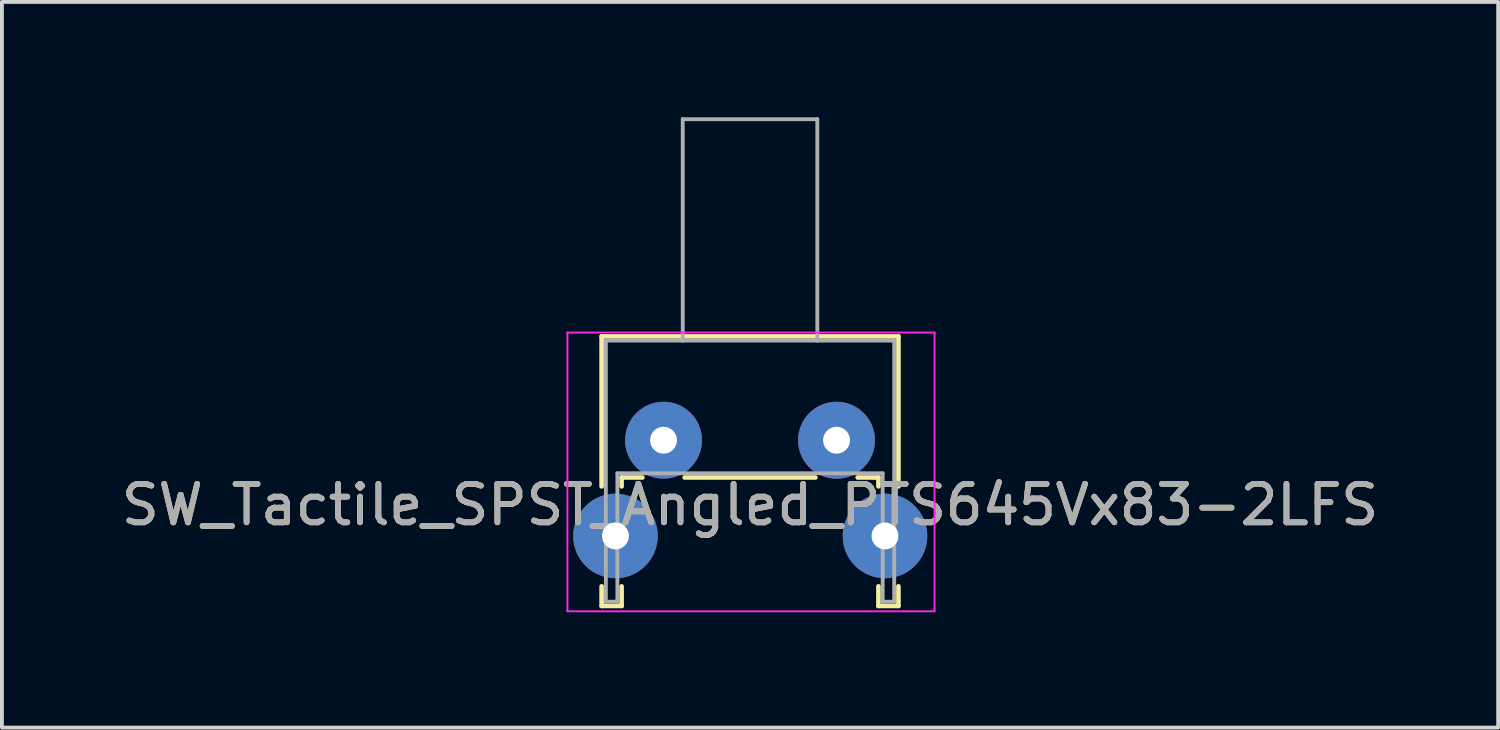
<source format=kicad_pcb>
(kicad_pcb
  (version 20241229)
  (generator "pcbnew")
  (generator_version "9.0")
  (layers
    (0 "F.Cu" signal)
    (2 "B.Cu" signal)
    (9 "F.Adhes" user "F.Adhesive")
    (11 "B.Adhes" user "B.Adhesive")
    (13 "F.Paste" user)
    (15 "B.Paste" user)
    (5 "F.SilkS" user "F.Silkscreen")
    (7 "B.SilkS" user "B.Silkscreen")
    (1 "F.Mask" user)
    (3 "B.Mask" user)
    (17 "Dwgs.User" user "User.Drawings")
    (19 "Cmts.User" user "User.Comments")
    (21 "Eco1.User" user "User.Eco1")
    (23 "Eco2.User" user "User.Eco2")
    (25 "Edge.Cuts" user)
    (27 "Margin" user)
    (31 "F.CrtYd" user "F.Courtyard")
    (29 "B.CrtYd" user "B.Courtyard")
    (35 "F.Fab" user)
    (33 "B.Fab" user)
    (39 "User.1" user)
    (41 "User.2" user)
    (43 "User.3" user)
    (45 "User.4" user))
  (footprint "SW_Tactile_SPST_Angled_PTS645Vx83-2LFS"
    (layer "F.Cu")
    (at 14.208 8.4)
    (property "Reference" "SW_Tactile_SPST_Angled_PTS645Vx83-2LFS" (at 2.25 1.68 0) (layer "F.SilkS") (effects (font (size 1 1) (thickness 0.15))))
    (attr through_hole)
    (fp_line (start -1.61 -2.7) (end -1.61 1.2) (stroke (width 0.12) (type solid)) (layer "F.SilkS"))
    (fp_line (start -1.61 -2.7) (end 6.11 -2.7) (stroke (width 0.12) (type solid)) (layer "F.SilkS"))
    (fp_line (start -1.61 3.8) (end -1.61 4.31) (stroke (width 0.12) (type solid)) (layer "F.SilkS"))
    (fp_line (start -1.61 4.31) (end -1.09 4.31) (stroke (width 0.12) (type solid)) (layer "F.SilkS"))
    (fp_line (start -1.09 0.97) (end -1.09 1.2) (stroke (width 0.12) (type solid)) (layer "F.SilkS"))
    (fp_line (start -1.09 0.97) (end -0.55 0.97) (stroke (width 0.12) (type solid)) (layer "F.SilkS"))
    (fp_line (start -1.09 3.8) (end -1.09 4.31) (stroke (width 0.12) (type solid)) (layer "F.SilkS"))
    (fp_line (start 0.55 0.97) (end 3.95 0.97) (stroke (width 0.12) (type solid)) (layer "F.SilkS"))
    (fp_line (start 5.05 0.97) (end 5.59 0.97) (stroke (width 0.12) (type solid)) (layer "F.SilkS"))
    (fp_line (start 5.59 0.97) (end 5.59 1.2) (stroke (width 0.12) (type solid)) (layer "F.SilkS"))
    (fp_line (start 5.59 3.8) (end 5.59 4.31) (stroke (width 0.12) (type solid)) (layer "F.SilkS"))
    (fp_line (start 5.59 4.31) (end 6.11 4.31) (stroke (width 0.12) (type solid)) (layer "F.SilkS"))
    (fp_line (start 6.11 -2.7) (end 6.11 1.2) (stroke (width 0.12) (type solid)) (layer "F.SilkS"))
    (fp_line (start 6.11 3.8) (end 6.11 4.31) (stroke (width 0.12) (type solid)) (layer "F.SilkS"))
    (fp_line (start -2.5 -2.8) (end 7.05 -2.8) (stroke (width 0.05) (type solid)) (layer "F.CrtYd"))
    (fp_line (start -2.5 4.45) (end -2.5 -2.8) (stroke (width 0.05) (type solid)) (layer "F.CrtYd"))
    (fp_line (start 7.05 -2.8) (end 7.05 4.45) (stroke (width 0.05) (type solid)) (layer "F.CrtYd"))
    (fp_line (start 7.05 4.45) (end -2.5 4.45) (stroke (width 0.05) (type solid)) (layer "F.CrtYd"))
    (fp_line (start -1.5 -2.59) (end 6 -2.59) (stroke (width 0.1) (type solid)) (layer "F.Fab"))
    (fp_line (start -1.5 4.2) (end -1.5 -2.59) (stroke (width 0.1) (type solid)) (layer "F.Fab"))
    (fp_line (start -1.5 4.2) (end -1.2 4.2) (stroke (width 0.1) (type solid)) (layer "F.Fab"))
    (fp_line (start -1.2 0.86) (end 5.7 0.86) (stroke (width 0.1) (type solid)) (layer "F.Fab"))
    (fp_line (start -1.2 4.2) (end -1.2 0.86) (stroke (width 0.1) (type solid)) (layer "F.Fab"))
    (fp_line (start 0.5 -8.35) (end 0.5 -2.59) (stroke (width 0.1) (type solid)) (layer "F.Fab"))
    (fp_line (start 0.5 -8.35) (end 4 -8.35) (stroke (width 0.1) (type solid)) (layer "F.Fab"))
    (fp_line (start 4 -8.35) (end 4 -2.59) (stroke (width 0.1) (type solid)) (layer "F.Fab"))
    (fp_line (start 5.7 4.2) (end 5.7 0.86) (stroke (width 0.1) (type solid)) (layer "F.Fab"))
    (fp_line (start 5.7 4.2) (end 6 4.2) (stroke (width 0.1) (type solid)) (layer "F.Fab"))
    (fp_line (start 6 4.2) (end 6 -2.59) (stroke (width 0.1) (type solid)) (layer "F.Fab"))
    (fp_text user "${REFERENCE}" (at 2.25 1.68 0) (layer "F.Fab") (effects (font (size 1 1) (thickness 0.15))))
    (pad "" thru_hole circle (at -1.25 2.49) (size 2.2 2.2) (drill 0.7) (layers "*.Cu" "*.Mask"))
    (pad "" thru_hole circle (at 5.76 2.49) (size 2.2 2.2) (drill 0.7) (layers "*.Cu" "*.Mask"))
    (pad "1" thru_hole circle (at 0 0) (size 2 2) (drill 0.7) (layers "*.Cu" "*.Mask"))
    (pad "2" thru_hole circle (at 4.5 0) (size 2 2) (drill 0.7) (layers "*.Cu" "*.Mask")))
  (gr_rect
    (start -3 -3)
    (end 35.917 15.875)
    (stroke (width 0.1) (type default))
    (fill no)
    (layer "Edge.Cuts")))
</source>
